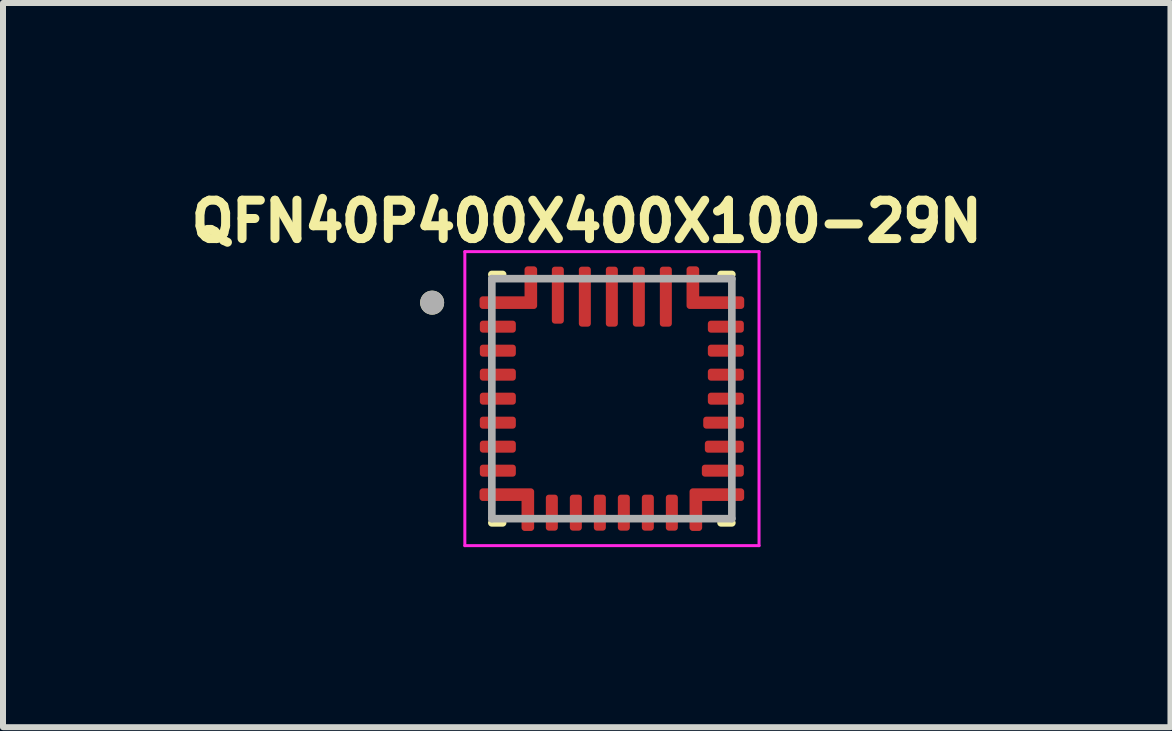
<source format=kicad_pcb>
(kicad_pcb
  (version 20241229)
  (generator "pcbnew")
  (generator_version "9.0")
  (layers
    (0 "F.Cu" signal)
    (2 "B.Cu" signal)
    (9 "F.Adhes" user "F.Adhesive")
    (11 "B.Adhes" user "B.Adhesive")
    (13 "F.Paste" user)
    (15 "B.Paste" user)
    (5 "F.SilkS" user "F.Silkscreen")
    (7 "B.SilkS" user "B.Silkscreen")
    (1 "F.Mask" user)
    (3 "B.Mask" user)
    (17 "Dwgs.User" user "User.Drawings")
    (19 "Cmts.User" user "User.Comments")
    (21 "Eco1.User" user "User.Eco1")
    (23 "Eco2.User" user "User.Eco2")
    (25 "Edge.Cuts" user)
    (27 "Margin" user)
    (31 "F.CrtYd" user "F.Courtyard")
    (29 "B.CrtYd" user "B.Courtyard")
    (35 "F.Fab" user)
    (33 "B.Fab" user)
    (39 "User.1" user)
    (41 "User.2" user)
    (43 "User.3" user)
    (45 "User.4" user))
  (footprint "QFN40P400X400X100-29N"
    (layer "F.Cu")
    (at 7.147 3.594)
    (property "Reference" "QFN40P400X400X100-29N" (at -0.418 -2.956 0) (layer "F.SilkS") (effects (font (size 0.64 0.64) (thickness 0.15))))
    (attr smd)
    (fp_line (start -2 2.07) (end -1.82 2.07) (stroke (width 0.127) (type solid)) (layer "F.SilkS"))
    (fp_line (start -1.82 -2.07) (end -2 -2.07) (stroke (width 0.127) (type solid)) (layer "F.SilkS"))
    (fp_line (start 1.82 -2.07) (end 2 -2.07) (stroke (width 0.127) (type solid)) (layer "F.SilkS"))
    (fp_line (start 2 2.07) (end 1.82 2.07) (stroke (width 0.127) (type solid)) (layer "F.SilkS"))
    (fp_circle (center -2.995 -1.6) (end -2.895 -1.6) (stroke (width 0.2) (type solid)) (fill no) (layer "F.SilkS"))
    (fp_line (start -2.45 -2.45) (end -2.45 2.45) (stroke (width 0.05) (type solid)) (layer "F.CrtYd"))
    (fp_line (start -2.45 2.45) (end 2.453 2.45) (stroke (width 0.05) (type solid)) (layer "F.CrtYd"))
    (fp_line (start 2.453 -2.45) (end -2.45 -2.45) (stroke (width 0.05) (type solid)) (layer "F.CrtYd"))
    (fp_line (start 2.453 2.45) (end 2.453 -2.45) (stroke (width 0.05) (type solid)) (layer "F.CrtYd"))
    (fp_line (start -2 -2) (end 2 -2) (stroke (width 0.127) (type solid)) (layer "F.Fab"))
    (fp_line (start -2 2) (end -2 -2) (stroke (width 0.127) (type solid)) (layer "F.Fab"))
    (fp_line (start 2 -2) (end 2 2) (stroke (width 0.127) (type solid)) (layer "F.Fab"))
    (fp_line (start 2 2) (end -2 2) (stroke (width 0.127) (type solid)) (layer "F.Fab"))
    (fp_circle (center -2.995 -1.6) (end -2.895 -1.6) (stroke (width 0.2) (type solid)) (fill no) (layer "F.Fab"))
    (pad "1" smd custom (at -1.9 -1.6) (size 0.15 0.15) (layers "F.Cu" "F.Mask" "F.Paste") (options (anchor rect)) (primitives (gr_poly (pts (xy 0.45 -0.1) (xy -0.25 -0.1) (xy -0.253 -0.1) (xy -0.255 -0.1) (xy -0.258 -0.099) (xy -0.26 -0.099) (xy -0.263 -0.098) (xy -0.265 -0.098) (xy -0.268 -0.097) (xy -0.27 -0.096) (xy -0.273 -0.095) (xy -0.275 -0.093) (xy -0.277 -0.092) (xy -0.279 -0.09) (xy -0.281 -0.089) (xy -0.283 -0.087) (xy -0.285 -0.085) (xy -0.287 -0.083) (xy -0.289 -0.081) (xy -0.29 -0.079) (xy -0.292 -0.077) (xy -0.293 -0.075) (xy -0.295 -0.073) (xy -0.296 -0.07) (xy -0.297 -0.068) (xy -0.298 -0.065) (xy -0.298 -0.063) (xy -0.299 -0.06) (xy -0.299 -0.058) (xy -0.3 -0.055) (xy -0.3 -0.053) (xy -0.3 -0.05) (xy -0.3 0.05) (xy -0.3 0.053) (xy -0.3 0.055) (xy -0.299 0.058) (xy -0.299 0.06) (xy -0.298 0.063) (xy -0.298 0.065) (xy -0.297 0.068) (xy -0.296 0.07) (xy -0.295 0.073) (xy -0.293 0.075) (xy -0.292 0.077) (xy -0.29 0.079) (xy -0.289 0.081) (xy -0.287 0.083) (xy -0.285 0.085) (xy -0.283 0.087) (xy -0.281 0.089) (xy -0.279 0.09) (xy -0.277 0.092) (xy -0.275 0.093) (xy -0.273 0.095) (xy -0.27 0.096) (xy -0.268 0.097) (xy -0.265 0.098) (xy -0.263 0.098) (xy -0.26 0.099) (xy -0.258 0.099) (xy -0.255 0.1) (xy -0.253 0.1) (xy -0.25 0.1) (xy 0.6 0.1) (xy 0.603 0.1) (xy 0.605 0.1) (xy 0.608 0.099) (xy 0.61 0.099) (xy 0.613 0.098) (xy 0.615 0.098) (xy 0.618 0.097) (xy 0.62 0.096) (xy 0.623 0.095) (xy 0.625 0.093) (xy 0.627 0.092) (xy 0.629 0.09) (xy 0.631 0.089) (xy 0.633 0.087) (xy 0.635 0.085) (xy 0.637 0.083) (xy 0.639 0.081) (xy 0.64 0.079) (xy 0.642 0.077) (xy 0.643 0.075) (xy 0.645 0.073) (xy 0.646 0.07) (xy 0.647 0.068) (xy 0.648 0.065) (xy 0.648 0.063) (xy 0.649 0.06) (xy 0.649 0.058) (xy 0.65 0.055) (xy 0.65 0.053) (xy 0.65 0.05) (xy 0.65 -0.55) (xy 0.65 -0.553) (xy 0.65 -0.555) (xy 0.649 -0.558) (xy 0.649 -0.56) (xy 0.648 -0.563) (xy 0.648 -0.565) (xy 0.647 -0.568) (xy 0.646 -0.57) (xy 0.645 -0.573) (xy 0.643 -0.575) (xy 0.642 -0.577) (xy 0.64 -0.579) (xy 0.639 -0.581) (xy 0.637 -0.583) (xy 0.635 -0.585) (xy 0.633 -0.587) (xy 0.631 -0.589) (xy 0.629 -0.59) (xy 0.627 -0.592) (xy 0.625 -0.593) (xy 0.623 -0.595) (xy 0.62 -0.596) (xy 0.618 -0.597) (xy 0.615 -0.598) (xy 0.613 -0.598) (xy 0.61 -0.599) (xy 0.608 -0.599) (xy 0.605 -0.6) (xy 0.603 -0.6) (xy 0.6 -0.6) (xy 0.5 -0.6) (xy 0.497 -0.6) (xy 0.495 -0.6) (xy 0.492 -0.599) (xy 0.49 -0.599) (xy 0.487 -0.598) (xy 0.485 -0.598) (xy 0.482 -0.597) (xy 0.48 -0.596) (xy 0.477 -0.595) (xy 0.475 -0.593) (xy 0.473 -0.592) (xy 0.471 -0.59) (xy 0.469 -0.589) (xy 0.467 -0.587) (xy 0.465 -0.585) (xy 0.463 -0.583) (xy 0.461 -0.581) (xy 0.46 -0.579) (xy 0.458 -0.577) (xy 0.457 -0.575) (xy 0.455 -0.573) (xy 0.454 -0.57) (xy 0.453 -0.568) (xy 0.452 -0.565) (xy 0.452 -0.563) (xy 0.451 -0.56) (xy 0.451 -0.558) (xy 0.45 -0.555) (xy 0.45 -0.553) (xy 0.45 -0.55) (xy 0.45 -0.1)) (width 0.01) (fill yes))))
    (pad "2" smd roundrect (at -1.9 -1.2) (size 0.6 0.2) (layers "F.Cu" "F.Mask" "F.Paste") (roundrect_rratio 0.25))
    (pad "3" smd roundrect (at -1.9 -0.8) (size 0.6 0.2) (layers "F.Cu" "F.Mask" "F.Paste") (roundrect_rratio 0.25))
    (pad "4" smd roundrect (at -1.9 -0.4) (size 0.6 0.2) (layers "F.Cu" "F.Mask" "F.Paste") (roundrect_rratio 0.25))
    (pad "5" smd roundrect (at -1.9 0) (size 0.6 0.2) (layers "F.Cu" "F.Mask" "F.Paste") (roundrect_rratio 0.25))
    (pad "6" smd roundrect (at -1.9 0.4) (size 0.6 0.2) (layers "F.Cu" "F.Mask" "F.Paste") (roundrect_rratio 0.25))
    (pad "7" smd roundrect (at -1.9 0.8) (size 0.6 0.2) (layers "F.Cu" "F.Mask" "F.Paste") (roundrect_rratio 0.25))
    (pad "8" smd roundrect (at -1.9 1.2) (size 0.6 0.2) (layers "F.Cu" "F.Mask" "F.Paste") (roundrect_rratio 0.25))
    (pad "9" smd custom (at -1.4 1.85) (size 0.15 0.15) (layers "F.Cu" "F.Mask" "F.Paste") (options (anchor rect)) (primitives (gr_poly (pts (xy -0.1 -0.15) (xy -0.75 -0.15) (xy -0.753 -0.15) (xy -0.755 -0.15) (xy -0.758 -0.151) (xy -0.76 -0.151) (xy -0.763 -0.152) (xy -0.765 -0.152) (xy -0.768 -0.153) (xy -0.77 -0.154) (xy -0.773 -0.155) (xy -0.775 -0.157) (xy -0.777 -0.158) (xy -0.779 -0.16) (xy -0.781 -0.161) (xy -0.783 -0.163) (xy -0.785 -0.165) (xy -0.787 -0.167) (xy -0.789 -0.169) (xy -0.79 -0.171) (xy -0.792 -0.173) (xy -0.793 -0.175) (xy -0.795 -0.177) (xy -0.796 -0.18) (xy -0.797 -0.182) (xy -0.798 -0.185) (xy -0.798 -0.187) (xy -0.799 -0.19) (xy -0.799 -0.192) (xy -0.8 -0.195) (xy -0.8 -0.197) (xy -0.8 -0.2) (xy -0.8 -0.3) (xy -0.8 -0.303) (xy -0.8 -0.305) (xy -0.799 -0.308) (xy -0.799 -0.31) (xy -0.798 -0.313) (xy -0.798 -0.315) (xy -0.797 -0.318) (xy -0.796 -0.32) (xy -0.795 -0.323) (xy -0.793 -0.325) (xy -0.792 -0.327) (xy -0.79 -0.329) (xy -0.789 -0.331) (xy -0.787 -0.333) (xy -0.785 -0.335) (xy -0.783 -0.337) (xy -0.781 -0.339) (xy -0.779 -0.34) (xy -0.777 -0.342) (xy -0.775 -0.343) (xy -0.773 -0.345) (xy -0.77 -0.346) (xy -0.768 -0.347) (xy -0.765 -0.348) (xy -0.763 -0.348) (xy -0.76 -0.349) (xy -0.758 -0.349) (xy -0.755 -0.35) (xy -0.753 -0.35) (xy -0.75 -0.35) (xy 0.05 -0.35) (xy 0.053 -0.35) (xy 0.055 -0.35) (xy 0.058 -0.349) (xy 0.06 -0.349) (xy 0.063 -0.348) (xy 0.065 -0.348) (xy 0.068 -0.347) (xy 0.07 -0.346) (xy 0.073 -0.345) (xy 0.075 -0.343) (xy 0.077 -0.342) (xy 0.079 -0.34) (xy 0.081 -0.339) (xy 0.083 -0.337) (xy 0.085 -0.335) (xy 0.087 -0.333) (xy 0.089 -0.331) (xy 0.09 -0.329) (xy 0.092 -0.327) (xy 0.093 -0.325) (xy 0.095 -0.323) (xy 0.096 -0.32) (xy 0.097 -0.318) (xy 0.098 -0.315) (xy 0.098 -0.313) (xy 0.099 -0.31) (xy 0.099 -0.308) (xy 0.1 -0.305) (xy 0.1 -0.303) (xy 0.1 -0.3) (xy 0.1 0.3) (xy 0.1 0.303) (xy 0.1 0.305) (xy 0.099 0.308) (xy 0.099 0.31) (xy 0.098 0.313) (xy 0.098 0.315) (xy 0.097 0.318) (xy 0.096 0.32) (xy 0.095 0.323) (xy 0.093 0.325) (xy 0.092 0.327) (xy 0.09 0.329) (xy 0.089 0.331) (xy 0.087 0.333) (xy 0.085 0.335) (xy 0.083 0.337) (xy 0.081 0.339) (xy 0.079 0.34) (xy 0.077 0.342) (xy 0.075 0.343) (xy 0.073 0.345) (xy 0.07 0.346) (xy 0.068 0.347) (xy 0.065 0.348) (xy 0.063 0.348) (xy 0.06 0.349) (xy 0.058 0.349) (xy 0.055 0.35) (xy 0.053 0.35) (xy 0.05 0.35) (xy -0.05 0.35) (xy -0.053 0.35) (xy -0.055 0.35) (xy -0.058 0.349) (xy -0.06 0.349) (xy -0.063 0.348) (xy -0.065 0.348) (xy -0.068 0.347) (xy -0.07 0.346) (xy -0.073 0.345) (xy -0.075 0.343) (xy -0.077 0.342) (xy -0.079 0.34) (xy -0.081 0.339) (xy -0.083 0.337) (xy -0.085 0.335) (xy -0.087 0.333) (xy -0.089 0.331) (xy -0.09 0.329) (xy -0.092 0.327) (xy -0.093 0.325) (xy -0.095 0.323) (xy -0.096 0.32) (xy -0.097 0.318) (xy -0.098 0.315) (xy -0.098 0.313) (xy -0.099 0.31) (xy -0.099 0.308) (xy -0.1 0.305) (xy -0.1 0.303) (xy -0.1 0.3) (xy -0.1 -0.15)) (width 0.01) (fill yes))))
    (pad "10" smd roundrect (at -1 1.9) (size 0.2 0.6) (layers "F.Cu" "F.Mask" "F.Paste") (roundrect_rratio 0.25))
    (pad "11" smd roundrect (at -0.6 1.9) (size 0.2 0.6) (layers "F.Cu" "F.Mask" "F.Paste") (roundrect_rratio 0.25))
    (pad "12" smd roundrect (at -0.2 1.9) (size 0.2 0.6) (layers "F.Cu" "F.Mask" "F.Paste") (roundrect_rratio 0.25))
    (pad "13" smd roundrect (at 0.2 1.9) (size 0.2 0.6) (layers "F.Cu" "F.Mask" "F.Paste") (roundrect_rratio 0.25))
    (pad "14" smd roundrect (at 0.6 1.9) (size 0.2 0.6) (layers "F.Cu" "F.Mask" "F.Paste") (roundrect_rratio 0.25))
    (pad "15" smd roundrect (at 1 1.9) (size 0.2 0.6) (layers "F.Cu" "F.Mask" "F.Paste") (roundrect_rratio 0.25))
    (pad "16" smd custom (at 1.85 1.6) (size 0.19 0.19) (layers "F.Cu" "F.Mask" "F.Paste") (options (anchor rect)) (primitives (gr_poly (pts (xy -0.35 0.1) (xy 0.3 0.1) (xy 0.303 0.1) (xy 0.305 0.1) (xy 0.308 0.099) (xy 0.31 0.099) (xy 0.313 0.098) (xy 0.315 0.098) (xy 0.318 0.097) (xy 0.32 0.096) (xy 0.323 0.095) (xy 0.325 0.093) (xy 0.327 0.092) (xy 0.329 0.09) (xy 0.331 0.089) (xy 0.333 0.087) (xy 0.335 0.085) (xy 0.337 0.083) (xy 0.339 0.081) (xy 0.34 0.079) (xy 0.342 0.077) (xy 0.343 0.075) (xy 0.345 0.073) (xy 0.346 0.07) (xy 0.347 0.068) (xy 0.348 0.065) (xy 0.348 0.063) (xy 0.349 0.06) (xy 0.349 0.058) (xy 0.35 0.055) (xy 0.35 0.053) (xy 0.35 0.05) (xy 0.35 -0.05) (xy 0.35 -0.053) (xy 0.35 -0.055) (xy 0.349 -0.058) (xy 0.349 -0.06) (xy 0.348 -0.063) (xy 0.348 -0.065) (xy 0.347 -0.068) (xy 0.346 -0.07) (xy 0.345 -0.073) (xy 0.343 -0.075) (xy 0.342 -0.077) (xy 0.34 -0.079) (xy 0.339 -0.081) (xy 0.337 -0.083) (xy 0.335 -0.085) (xy 0.333 -0.087) (xy 0.331 -0.089) (xy 0.329 -0.09) (xy 0.327 -0.092) (xy 0.325 -0.093) (xy 0.323 -0.095) (xy 0.32 -0.096) (xy 0.318 -0.097) (xy 0.315 -0.098) (xy 0.313 -0.098) (xy 0.31 -0.099) (xy 0.308 -0.099) (xy 0.305 -0.1) (xy 0.303 -0.1) (xy 0.3 -0.1) (xy -0.5 -0.1) (xy -0.503 -0.1) (xy -0.505 -0.1) (xy -0.508 -0.099) (xy -0.51 -0.099) (xy -0.513 -0.098) (xy -0.515 -0.098) (xy -0.518 -0.097) (xy -0.52 -0.096) (xy -0.523 -0.095) (xy -0.525 -0.093) (xy -0.527 -0.092) (xy -0.529 -0.09) (xy -0.531 -0.089) (xy -0.533 -0.087) (xy -0.535 -0.085) (xy -0.537 -0.083) (xy -0.539 -0.081) (xy -0.54 -0.079) (xy -0.542 -0.077) (xy -0.543 -0.075) (xy -0.545 -0.073) (xy -0.546 -0.07) (xy -0.547 -0.068) (xy -0.548 -0.065) (xy -0.548 -0.063) (xy -0.549 -0.06) (xy -0.549 -0.058) (xy -0.55 -0.055) (xy -0.55 -0.053) (xy -0.55 -0.05) (xy -0.55 0.55) (xy -0.55 0.553) (xy -0.55 0.555) (xy -0.549 0.558) (xy -0.549 0.56) (xy -0.548 0.563) (xy -0.548 0.565) (xy -0.547 0.568) (xy -0.546 0.57) (xy -0.545 0.573) (xy -0.543 0.575) (xy -0.542 0.577) (xy -0.54 0.579) (xy -0.539 0.581) (xy -0.537 0.583) (xy -0.535 0.585) (xy -0.533 0.587) (xy -0.531 0.589) (xy -0.529 0.59) (xy -0.527 0.592) (xy -0.525 0.593) (xy -0.523 0.595) (xy -0.52 0.596) (xy -0.518 0.597) (xy -0.515 0.598) (xy -0.513 0.598) (xy -0.51 0.599) (xy -0.508 0.599) (xy -0.505 0.6) (xy -0.503 0.6) (xy -0.5 0.6) (xy -0.4 0.6) (xy -0.397 0.6) (xy -0.395 0.6) (xy -0.392 0.599) (xy -0.39 0.599) (xy -0.387 0.598) (xy -0.385 0.598) (xy -0.382 0.597) (xy -0.38 0.596) (xy -0.377 0.595) (xy -0.375 0.593) (xy -0.373 0.592) (xy -0.371 0.59) (xy -0.369 0.589) (xy -0.367 0.587) (xy -0.365 0.585) (xy -0.363 0.583) (xy -0.361 0.581) (xy -0.36 0.579) (xy -0.358 0.577) (xy -0.357 0.575) (xy -0.355 0.573) (xy -0.354 0.57) (xy -0.353 0.568) (xy -0.352 0.565) (xy -0.352 0.563) (xy -0.351 0.56) (xy -0.351 0.558) (xy -0.35 0.555) (xy -0.35 0.553) (xy -0.35 0.55) (xy -0.35 0.1)) (width 0.01) (fill yes))))
    (pad "17" smd roundrect (at 1.85 1.2) (size 0.7 0.2) (layers "F.Cu" "F.Mask" "F.Paste") (roundrect_rratio 0.25))
    (pad "18" smd roundrect (at 1.875 0.8) (size 0.65 0.2) (layers "F.Cu" "F.Mask" "F.Paste") (roundrect_rratio 0.25))
    (pad "19" smd roundrect (at 1.863 0.4) (size 0.68 0.2) (layers "F.Cu" "F.Mask" "F.Paste") (roundrect_rratio 0.25))
    (pad "20" smd roundrect (at 1.9 0) (size 0.6 0.2) (layers "F.Cu" "F.Mask" "F.Paste") (roundrect_rratio 0.25))
    (pad "21" smd roundrect (at 1.9 -0.4) (size 0.6 0.2) (layers "F.Cu" "F.Mask" "F.Paste") (roundrect_rratio 0.25))
    (pad "22" smd roundrect (at 1.9 -0.8) (size 0.6 0.2) (layers "F.Cu" "F.Mask" "F.Paste") (roundrect_rratio 0.25))
    (pad "23" smd roundrect (at 1.9 -1.2) (size 0.6 0.2) (layers "F.Cu" "F.Mask" "F.Paste") (roundrect_rratio 0.25))
    (pad "24" smd custom (at 1.863 -1.6) (size 0.15 0.15) (layers "F.Cu" "F.Mask" "F.Paste") (options (anchor rect)) (primitives (gr_poly (pts (xy -0.412 -0.1) (xy 0.287 -0.1) (xy 0.29 -0.1) (xy 0.292 -0.1) (xy 0.295 -0.099) (xy 0.297 -0.099) (xy 0.3 -0.098) (xy 0.302 -0.098) (xy 0.305 -0.097) (xy 0.307 -0.096) (xy 0.31 -0.095) (xy 0.312 -0.093) (xy 0.315 -0.092) (xy 0.317 -0.09) (xy 0.319 -0.089) (xy 0.321 -0.087) (xy 0.323 -0.085) (xy 0.325 -0.083) (xy 0.327 -0.081) (xy 0.328 -0.079) (xy 0.33 -0.077) (xy 0.331 -0.075) (xy 0.333 -0.073) (xy 0.334 -0.07) (xy 0.335 -0.068) (xy 0.336 -0.065) (xy 0.336 -0.063) (xy 0.337 -0.06) (xy 0.337 -0.058) (xy 0.338 -0.055) (xy 0.338 -0.053) (xy 0.338 -0.05) (xy 0.338 0.05) (xy 0.338 0.053) (xy 0.338 0.055) (xy 0.337 0.058) (xy 0.337 0.06) (xy 0.336 0.063) (xy 0.336 0.065) (xy 0.335 0.068) (xy 0.334 0.07) (xy 0.333 0.073) (xy 0.331 0.075) (xy 0.33 0.077) (xy 0.328 0.079) (xy 0.327 0.081) (xy 0.325 0.083) (xy 0.323 0.085) (xy 0.321 0.087) (xy 0.319 0.089) (xy 0.317 0.09) (xy 0.315 0.092) (xy 0.312 0.093) (xy 0.31 0.095) (xy 0.307 0.096) (xy 0.305 0.097) (xy 0.302 0.098) (xy 0.3 0.098) (xy 0.297 0.099) (xy 0.295 0.099) (xy 0.292 0.1) (xy 0.29 0.1) (xy 0.287 0.1) (xy -0.562 0.1) (xy -0.566 0.1) (xy -0.568 0.1) (xy -0.571 0.099) (xy -0.573 0.099) (xy -0.576 0.098) (xy -0.578 0.098) (xy -0.581 0.097) (xy -0.583 0.096) (xy -0.586 0.095) (xy -0.588 0.093) (xy -0.59 0.092) (xy -0.592 0.09) (xy -0.594 0.089) (xy -0.596 0.087) (xy -0.598 0.085) (xy -0.6 0.083) (xy -0.602 0.081) (xy -0.603 0.079) (xy -0.605 0.077) (xy -0.606 0.075) (xy -0.608 0.073) (xy -0.609 0.07) (xy -0.61 0.068) (xy -0.611 0.065) (xy -0.611 0.063) (xy -0.612 0.06) (xy -0.612 0.058) (xy -0.613 0.055) (xy -0.613 0.053) (xy -0.613 0.05) (xy -0.613 -0.55) (xy -0.613 -0.553) (xy -0.613 -0.555) (xy -0.612 -0.558) (xy -0.612 -0.56) (xy -0.611 -0.563) (xy -0.611 -0.565) (xy -0.61 -0.568) (xy -0.609 -0.57) (xy -0.608 -0.573) (xy -0.606 -0.575) (xy -0.605 -0.577) (xy -0.603 -0.579) (xy -0.602 -0.581) (xy -0.6 -0.583) (xy -0.598 -0.585) (xy -0.596 -0.587) (xy -0.594 -0.589) (xy -0.592 -0.59) (xy -0.59 -0.592) (xy -0.588 -0.593) (xy -0.586 -0.595) (xy -0.583 -0.596) (xy -0.581 -0.597) (xy -0.578 -0.598) (xy -0.576 -0.598) (xy -0.573 -0.599) (xy -0.571 -0.599) (xy -0.568 -0.6) (xy -0.566 -0.6) (xy -0.562 -0.6) (xy -0.463 -0.6) (xy -0.46 -0.6) (xy -0.458 -0.6) (xy -0.455 -0.599) (xy -0.453 -0.599) (xy -0.45 -0.598) (xy -0.448 -0.598) (xy -0.445 -0.597) (xy -0.443 -0.596) (xy -0.44 -0.595) (xy -0.438 -0.593) (xy -0.435 -0.592) (xy -0.433 -0.59) (xy -0.431 -0.589) (xy -0.429 -0.587) (xy -0.427 -0.585) (xy -0.425 -0.583) (xy -0.423 -0.581) (xy -0.422 -0.579) (xy -0.42 -0.577) (xy -0.419 -0.575) (xy -0.417 -0.573) (xy -0.416 -0.57) (xy -0.415 -0.568) (xy -0.414 -0.565) (xy -0.414 -0.563) (xy -0.413 -0.56) (xy -0.413 -0.558) (xy -0.412 -0.555) (xy -0.412 -0.553) (xy -0.412 -0.55) (xy -0.412 -0.1)) (width 0.01) (fill yes))))
    (pad "25" smd roundrect (at 0.9 -1.7) (size 0.2 1) (layers "F.Cu" "F.Mask" "F.Paste") (roundrect_rratio 0.25))
    (pad "26" smd roundrect (at 0.45 -1.7) (size 0.2 1) (layers "F.Cu" "F.Mask" "F.Paste") (roundrect_rratio 0.25))
    (pad "27" smd roundrect (at 0 -1.7) (size 0.2 1) (layers "F.Cu" "F.Mask" "F.Paste") (roundrect_rratio 0.25))
    (pad "28" smd roundrect (at -0.45 -1.7) (size 0.2 1) (layers "F.Cu" "F.Mask" "F.Paste") (roundrect_rratio 0.25))
    (pad "29" smd roundrect (at -0.9 -1.725) (size 0.2 0.95) (layers "F.Cu" "F.Mask" "F.Paste") (roundrect_rratio 0.25)))
  (gr_rect
    (start -3 -3)
    (end 16.457 9.069)
    (stroke (width 0.1) (type default))
    (fill no)
    (layer "Edge.Cuts")))
</source>
